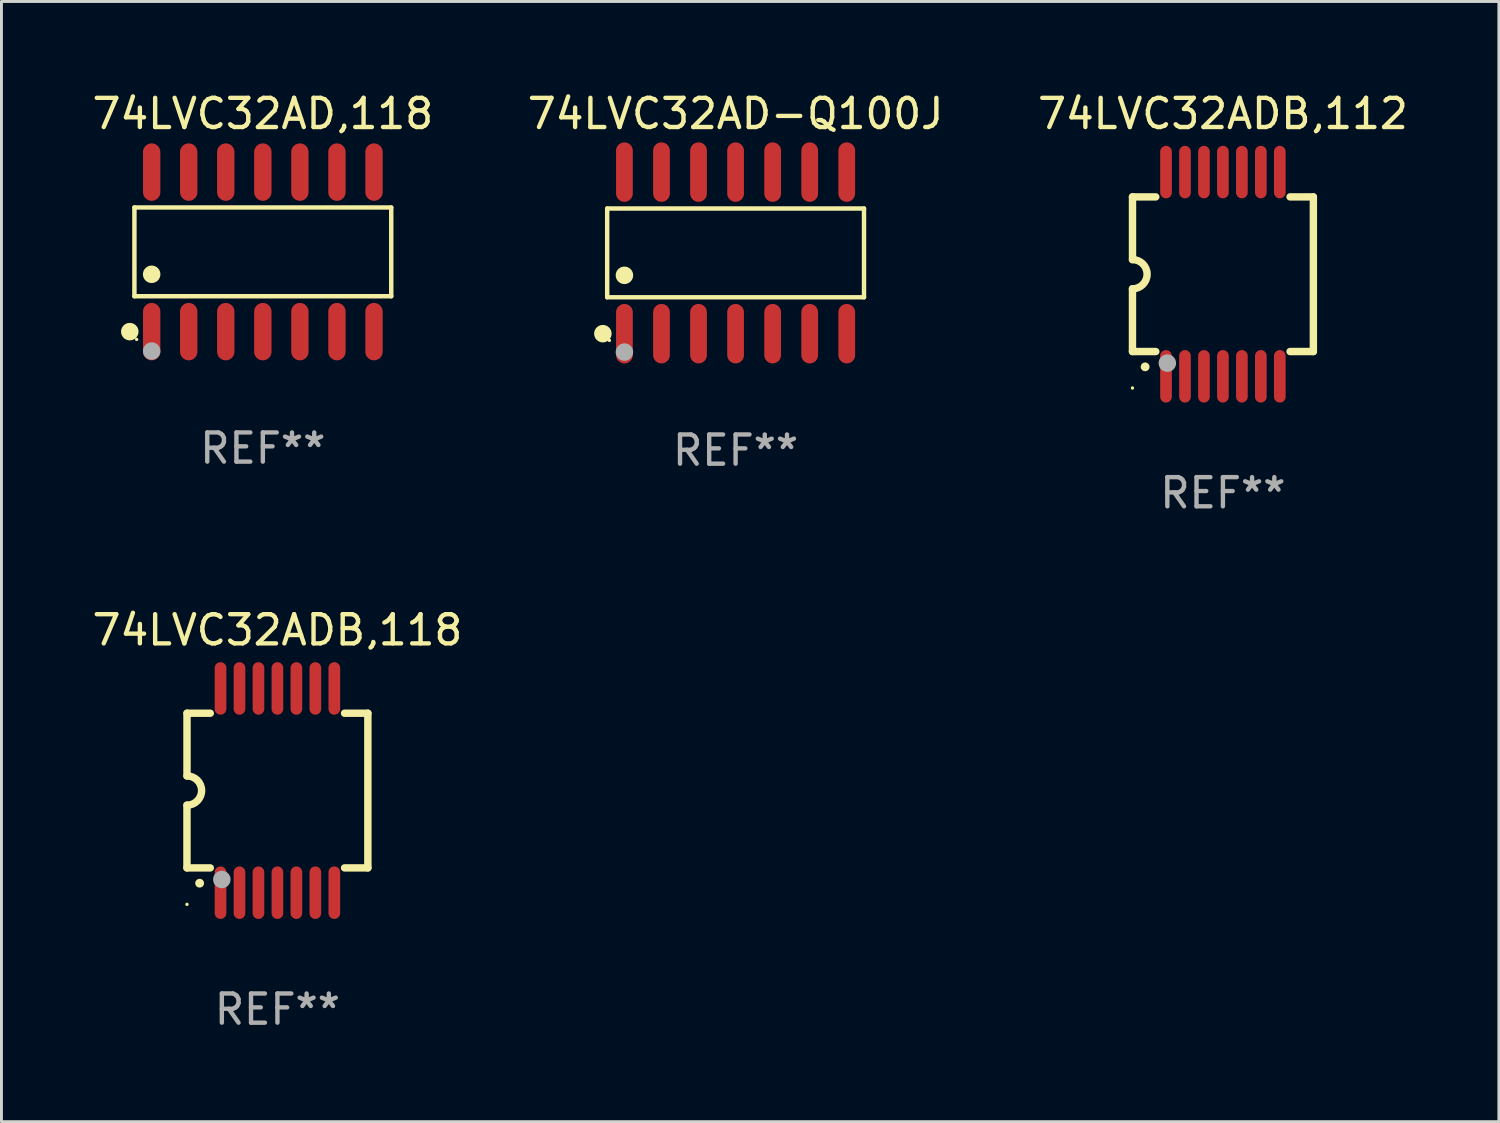
<source format=kicad_pcb>
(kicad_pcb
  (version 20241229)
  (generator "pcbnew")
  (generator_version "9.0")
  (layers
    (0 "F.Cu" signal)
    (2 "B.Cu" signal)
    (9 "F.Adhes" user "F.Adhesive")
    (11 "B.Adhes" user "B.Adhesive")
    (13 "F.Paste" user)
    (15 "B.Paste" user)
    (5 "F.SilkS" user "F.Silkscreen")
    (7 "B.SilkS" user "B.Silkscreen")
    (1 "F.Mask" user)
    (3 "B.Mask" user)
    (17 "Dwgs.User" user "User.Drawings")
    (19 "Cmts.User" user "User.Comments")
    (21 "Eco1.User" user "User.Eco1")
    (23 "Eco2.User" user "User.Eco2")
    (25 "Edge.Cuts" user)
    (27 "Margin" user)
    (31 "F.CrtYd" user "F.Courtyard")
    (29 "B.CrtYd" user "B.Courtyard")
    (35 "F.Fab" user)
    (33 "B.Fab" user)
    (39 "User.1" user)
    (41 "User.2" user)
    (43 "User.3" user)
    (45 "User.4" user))
  (footprint "74LVC32AD,118"
    (layer "F.Cu")
    (at 5.958 5.582)
    (property "Reference" "74LVC32AD,118" (at 0 -4.734 0) (layer "F.SilkS") (effects (font (size 1 1) (thickness 0.15))))
    (attr through_hole)
    (fp_line (start -4.401 -1.521) (end 4.401 -1.521) (stroke (width 0.152) (type solid)) (layer "F.SilkS"))
    (fp_line (start -4.401 1.521) (end -4.401 -1.521) (stroke (width 0.152) (type solid)) (layer "F.SilkS"))
    (fp_line (start 4.401 -1.521) (end 4.401 1.521) (stroke (width 0.152) (type solid)) (layer "F.SilkS"))
    (fp_line (start 4.401 1.521) (end -4.401 1.521) (stroke (width 0.152) (type solid)) (layer "F.SilkS"))
    (fp_circle (center -4.56 2.734) (end -4.41 2.734) (stroke (width 0.3) (type solid)) (fill no) (layer "F.SilkS"))
    (fp_circle (center -4.325 3) (end -4.295 3) (stroke (width 0.06) (type solid)) (fill no) (layer "F.SilkS"))
    (fp_circle (center -3.81 0.769) (end -3.66 0.769) (stroke (width 0.3) (type solid)) (fill no) (layer "F.SilkS"))
    (fp_circle (center -3.81 3.4) (end -3.66 3.4) (stroke (width 0.3) (type solid)) (fill no) (layer "F.Fab"))
    (fp_text user "REF**" (at 0 6.734 0) (layer "F.Fab") (effects (font (size 1 1) (thickness 0.15))))
    (pad "1" smd oval (at -3.81 2.734) (size 0.595 1.968) (layers "F.Cu" "F.Mask" "F.Paste"))
    (pad "2" smd oval (at -2.54 2.734) (size 0.595 1.968) (layers "F.Cu" "F.Mask" "F.Paste"))
    (pad "3" smd oval (at -1.27 2.734) (size 0.595 1.968) (layers "F.Cu" "F.Mask" "F.Paste"))
    (pad "4" smd oval (at 0 2.734) (size 0.595 1.968) (layers "F.Cu" "F.Mask" "F.Paste"))
    (pad "5" smd oval (at 1.27 2.734) (size 0.595 1.968) (layers "F.Cu" "F.Mask" "F.Paste"))
    (pad "6" smd oval (at 2.54 2.734) (size 0.595 1.968) (layers "F.Cu" "F.Mask" "F.Paste"))
    (pad "7" smd oval (at 3.81 2.734) (size 0.595 1.968) (layers "F.Cu" "F.Mask" "F.Paste"))
    (pad "8" smd oval (at 3.81 -2.734) (size 0.595 1.968) (layers "F.Cu" "F.Mask" "F.Paste"))
    (pad "9" smd oval (at 2.54 -2.734) (size 0.595 1.968) (layers "F.Cu" "F.Mask" "F.Paste"))
    (pad "10" smd oval (at 1.27 -2.734) (size 0.595 1.968) (layers "F.Cu" "F.Mask" "F.Paste"))
    (pad "11" smd oval (at 0 -2.734) (size 0.595 1.968) (layers "F.Cu" "F.Mask" "F.Paste"))
    (pad "12" smd oval (at -1.27 -2.734) (size 0.595 1.968) (layers "F.Cu" "F.Mask" "F.Paste"))
    (pad "13" smd oval (at -2.54 -2.734) (size 0.595 1.968) (layers "F.Cu" "F.Mask" "F.Paste"))
    (pad "14" smd oval (at -3.81 -2.734) (size 0.595 1.968) (layers "F.Cu" "F.Mask" "F.Paste")))
  (footprint "74LVC32ADB,118"
    (layer "F.Cu")
    (at 6.458 24.045)
    (property "Reference" "74LVC32ADB,118" (at 0 -5.5 0) (layer "F.SilkS") (effects (font (size 1 1) (thickness 0.15))))
    (attr through_hole)
    (fp_line (start -3.1 2.65) (end -3.1 0.5) (stroke (width 0.254) (type solid)) (layer "F.SilkS"))
    (fp_line (start -3.099 -2.65) (end -2.301 -2.65) (stroke (width 0.254) (type solid)) (layer "F.SilkS"))
    (fp_line (start -3.099 -0.5) (end -3.099 -2.65) (stroke (width 0.254) (type solid)) (layer "F.SilkS"))
    (fp_line (start -2.301 2.65) (end -3.1 2.65) (stroke (width 0.254) (type solid)) (layer "F.SilkS"))
    (fp_line (start 2.301 -2.65) (end 3.1 -2.65) (stroke (width 0.254) (type solid)) (layer "F.SilkS"))
    (fp_line (start 3.1 -2.65) (end 3.1 2.65) (stroke (width 0.254) (type solid)) (layer "F.SilkS"))
    (fp_line (start 3.1 2.65) (end 2.301 2.65) (stroke (width 0.254) (type solid)) (layer "F.SilkS"))
    (fp_arc (start -3.098806 -0.500381) (mid -2.598806 0) (end -3.098806 0.500381) (stroke (width 0.254001) (type solid)) (layer "F.SilkS"))
    (fp_arc (start -2.667005 3.175006) (mid -2.665735 3.175001) (end -2.664465 3.175006) (stroke (width 0.3) (type solid)) (layer "F.SilkS"))
    (fp_circle (center -3.1 3.9) (end -3.07 3.9) (stroke (width 0.06) (type solid)) (fill no) (layer "F.SilkS"))
    (fp_circle (center -1.905 3.048) (end -1.755 3.048) (stroke (width 0.3) (type solid)) (fill no) (layer "F.Fab"))
    (fp_text user "REF**" (at 0 7.5 0) (layer "F.Fab") (effects (font (size 1 1) (thickness 0.15))))
    (pad "1" smd oval (at -1.95 3.5 270) (size 1.8 0.4) (layers "F.Cu" "F.Mask" "F.Paste"))
    (pad "2" smd oval (at -1.3 3.5 270) (size 1.8 0.4) (layers "F.Cu" "F.Mask" "F.Paste"))
    (pad "3" smd oval (at -0.65 3.5 270) (size 1.8 0.4) (layers "F.Cu" "F.Mask" "F.Paste"))
    (pad "4" smd oval (at 0 3.5 270) (size 1.8 0.4) (layers "F.Cu" "F.Mask" "F.Paste"))
    (pad "5" smd oval (at 0.65 3.5 270) (size 1.8 0.4) (layers "F.Cu" "F.Mask" "F.Paste"))
    (pad "6" smd oval (at 1.3 3.5 270) (size 1.8 0.4) (layers "F.Cu" "F.Mask" "F.Paste"))
    (pad "7" smd oval (at 1.95 3.5 270) (size 1.8 0.4) (layers "F.Cu" "F.Mask" "F.Paste"))
    (pad "8" smd oval (at 1.95 -3.5 90) (size 1.8 0.4) (layers "F.Cu" "F.Mask" "F.Paste"))
    (pad "9" smd oval (at 1.3 -3.5 90) (size 1.8 0.4) (layers "F.Cu" "F.Mask" "F.Paste"))
    (pad "10" smd oval (at 0.65 -3.5 90) (size 1.8 0.4) (layers "F.Cu" "F.Mask" "F.Paste"))
    (pad "11" smd oval (at 0 -3.5 90) (size 1.8 0.4) (layers "F.Cu" "F.Mask" "F.Paste"))
    (pad "12" smd oval (at -0.65 -3.5 90) (size 1.8 0.4) (layers "F.Cu" "F.Mask" "F.Paste"))
    (pad "13" smd oval (at -1.3 -3.5 90) (size 1.8 0.4) (layers "F.Cu" "F.Mask" "F.Paste"))
    (pad "14" smd oval (at -1.95 -3.5 90) (size 1.8 0.4) (layers "F.Cu" "F.Mask" "F.Paste")))
  (footprint "74LVC32ADB,112"
    (layer "F.Cu")
    (at 38.863 6.348)
    (property "Reference" "74LVC32ADB,112" (at 0 -5.5 0) (layer "F.SilkS") (effects (font (size 1 1) (thickness 0.15))))
    (attr through_hole)
    (fp_line (start -3.1 2.65) (end -3.1 0.5) (stroke (width 0.254) (type solid)) (layer "F.SilkS"))
    (fp_line (start -3.099 -2.65) (end -2.301 -2.65) (stroke (width 0.254) (type solid)) (layer "F.SilkS"))
    (fp_line (start -3.099 -0.5) (end -3.099 -2.65) (stroke (width 0.254) (type solid)) (layer "F.SilkS"))
    (fp_line (start -2.301 2.65) (end -3.1 2.65) (stroke (width 0.254) (type solid)) (layer "F.SilkS"))
    (fp_line (start 2.301 -2.65) (end 3.1 -2.65) (stroke (width 0.254) (type solid)) (layer "F.SilkS"))
    (fp_line (start 3.1 -2.65) (end 3.1 2.65) (stroke (width 0.254) (type solid)) (layer "F.SilkS"))
    (fp_line (start 3.1 2.65) (end 2.301 2.65) (stroke (width 0.254) (type solid)) (layer "F.SilkS"))
    (fp_arc (start -3.098806 -0.500381) (mid -2.598806 0) (end -3.098806 0.500381) (stroke (width 0.254001) (type solid)) (layer "F.SilkS"))
    (fp_arc (start -2.667005 3.175006) (mid -2.665735 3.175001) (end -2.664465 3.175006) (stroke (width 0.3) (type solid)) (layer "F.SilkS"))
    (fp_circle (center -3.1 3.9) (end -3.07 3.9) (stroke (width 0.06) (type solid)) (fill no) (layer "F.SilkS"))
    (fp_circle (center -1.905 3.048) (end -1.755 3.048) (stroke (width 0.3) (type solid)) (fill no) (layer "F.Fab"))
    (fp_text user "REF**" (at 0 7.5 0) (layer "F.Fab") (effects (font (size 1 1) (thickness 0.15))))
    (pad "1" smd oval (at -1.95 3.5 270) (size 1.8 0.4) (layers "F.Cu" "F.Mask" "F.Paste"))
    (pad "2" smd oval (at -1.3 3.5 270) (size 1.8 0.4) (layers "F.Cu" "F.Mask" "F.Paste"))
    (pad "3" smd oval (at -0.65 3.5 270) (size 1.8 0.4) (layers "F.Cu" "F.Mask" "F.Paste"))
    (pad "4" smd oval (at 0 3.5 270) (size 1.8 0.4) (layers "F.Cu" "F.Mask" "F.Paste"))
    (pad "5" smd oval (at 0.65 3.5 270) (size 1.8 0.4) (layers "F.Cu" "F.Mask" "F.Paste"))
    (pad "6" smd oval (at 1.3 3.5 270) (size 1.8 0.4) (layers "F.Cu" "F.Mask" "F.Paste"))
    (pad "7" smd oval (at 1.95 3.5 270) (size 1.8 0.4) (layers "F.Cu" "F.Mask" "F.Paste"))
    (pad "8" smd oval (at 1.95 -3.5 90) (size 1.8 0.4) (layers "F.Cu" "F.Mask" "F.Paste"))
    (pad "9" smd oval (at 1.3 -3.5 90) (size 1.8 0.4) (layers "F.Cu" "F.Mask" "F.Paste"))
    (pad "10" smd oval (at 0.65 -3.5 90) (size 1.8 0.4) (layers "F.Cu" "F.Mask" "F.Paste"))
    (pad "11" smd oval (at 0 -3.5 90) (size 1.8 0.4) (layers "F.Cu" "F.Mask" "F.Paste"))
    (pad "12" smd oval (at -0.65 -3.5 90) (size 1.8 0.4) (layers "F.Cu" "F.Mask" "F.Paste"))
    (pad "13" smd oval (at -1.3 -3.5 90) (size 1.8 0.4) (layers "F.Cu" "F.Mask" "F.Paste"))
    (pad "14" smd oval (at -1.95 -3.5 90) (size 1.8 0.4) (layers "F.Cu" "F.Mask" "F.Paste")))
  (footprint "74LVC32AD-Q100J"
    (layer "F.Cu")
    (at 22.161 5.617)
    (property "Reference" "74LVC32AD-Q100J" (at 0 -4.769 0) (layer "F.SilkS") (effects (font (size 1 1) (thickness 0.15))))
    (attr through_hole)
    (fp_line (start -4.401 -1.521) (end 4.401 -1.521) (stroke (width 0.152) (type solid)) (layer "F.SilkS"))
    (fp_line (start -4.401 1.521) (end -4.401 -1.521) (stroke (width 0.152) (type solid)) (layer "F.SilkS"))
    (fp_line (start 4.401 -1.521) (end 4.401 1.521) (stroke (width 0.152) (type solid)) (layer "F.SilkS"))
    (fp_line (start 4.401 1.521) (end -4.401 1.521) (stroke (width 0.152) (type solid)) (layer "F.SilkS"))
    (fp_circle (center -4.549 2.769) (end -4.399 2.769) (stroke (width 0.3) (type solid)) (fill no) (layer "F.SilkS"))
    (fp_circle (center -4.325 3) (end -4.295 3) (stroke (width 0.06) (type solid)) (fill no) (layer "F.SilkS"))
    (fp_circle (center -3.81 0.769) (end -3.66 0.769) (stroke (width 0.3) (type solid)) (fill no) (layer "F.SilkS"))
    (fp_circle (center -3.81 3.4) (end -3.66 3.4) (stroke (width 0.3) (type solid)) (fill no) (layer "F.Fab"))
    (fp_text user "REF**" (at 0 6.769 0) (layer "F.Fab") (effects (font (size 1 1) (thickness 0.15))))
    (pad "1" smd oval (at -3.81 2.769) (size 0.574 2.038) (layers "F.Cu" "F.Mask" "F.Paste"))
    (pad "2" smd oval (at -2.54 2.769) (size 0.574 2.038) (layers "F.Cu" "F.Mask" "F.Paste"))
    (pad "3" smd oval (at -1.27 2.769) (size 0.574 2.038) (layers "F.Cu" "F.Mask" "F.Paste"))
    (pad "4" smd oval (at 0 2.769) (size 0.574 2.038) (layers "F.Cu" "F.Mask" "F.Paste"))
    (pad "5" smd oval (at 1.27 2.769) (size 0.574 2.038) (layers "F.Cu" "F.Mask" "F.Paste"))
    (pad "6" smd oval (at 2.54 2.769) (size 0.574 2.038) (layers "F.Cu" "F.Mask" "F.Paste"))
    (pad "7" smd oval (at 3.81 2.769) (size 0.574 2.038) (layers "F.Cu" "F.Mask" "F.Paste"))
    (pad "8" smd oval (at 3.81 -2.769) (size 0.574 2.038) (layers "F.Cu" "F.Mask" "F.Paste"))
    (pad "9" smd oval (at 2.54 -2.769) (size 0.574 2.038) (layers "F.Cu" "F.Mask" "F.Paste"))
    (pad "10" smd oval (at 1.27 -2.769) (size 0.574 2.038) (layers "F.Cu" "F.Mask" "F.Paste"))
    (pad "11" smd oval (at 0 -2.769) (size 0.574 2.038) (layers "F.Cu" "F.Mask" "F.Paste"))
    (pad "12" smd oval (at -1.27 -2.769) (size 0.574 2.038) (layers "F.Cu" "F.Mask" "F.Paste"))
    (pad "13" smd oval (at -2.54 -2.769) (size 0.574 2.038) (layers "F.Cu" "F.Mask" "F.Paste"))
    (pad "14" smd oval (at -3.81 -2.769) (size 0.574 2.038) (layers "F.Cu" "F.Mask" "F.Paste")))
  (gr_rect
    (start -3 -3)
    (end 48.321 35.393)
    (stroke (width 0.1) (type default))
    (fill no)
    (layer "Edge.Cuts")))
</source>
